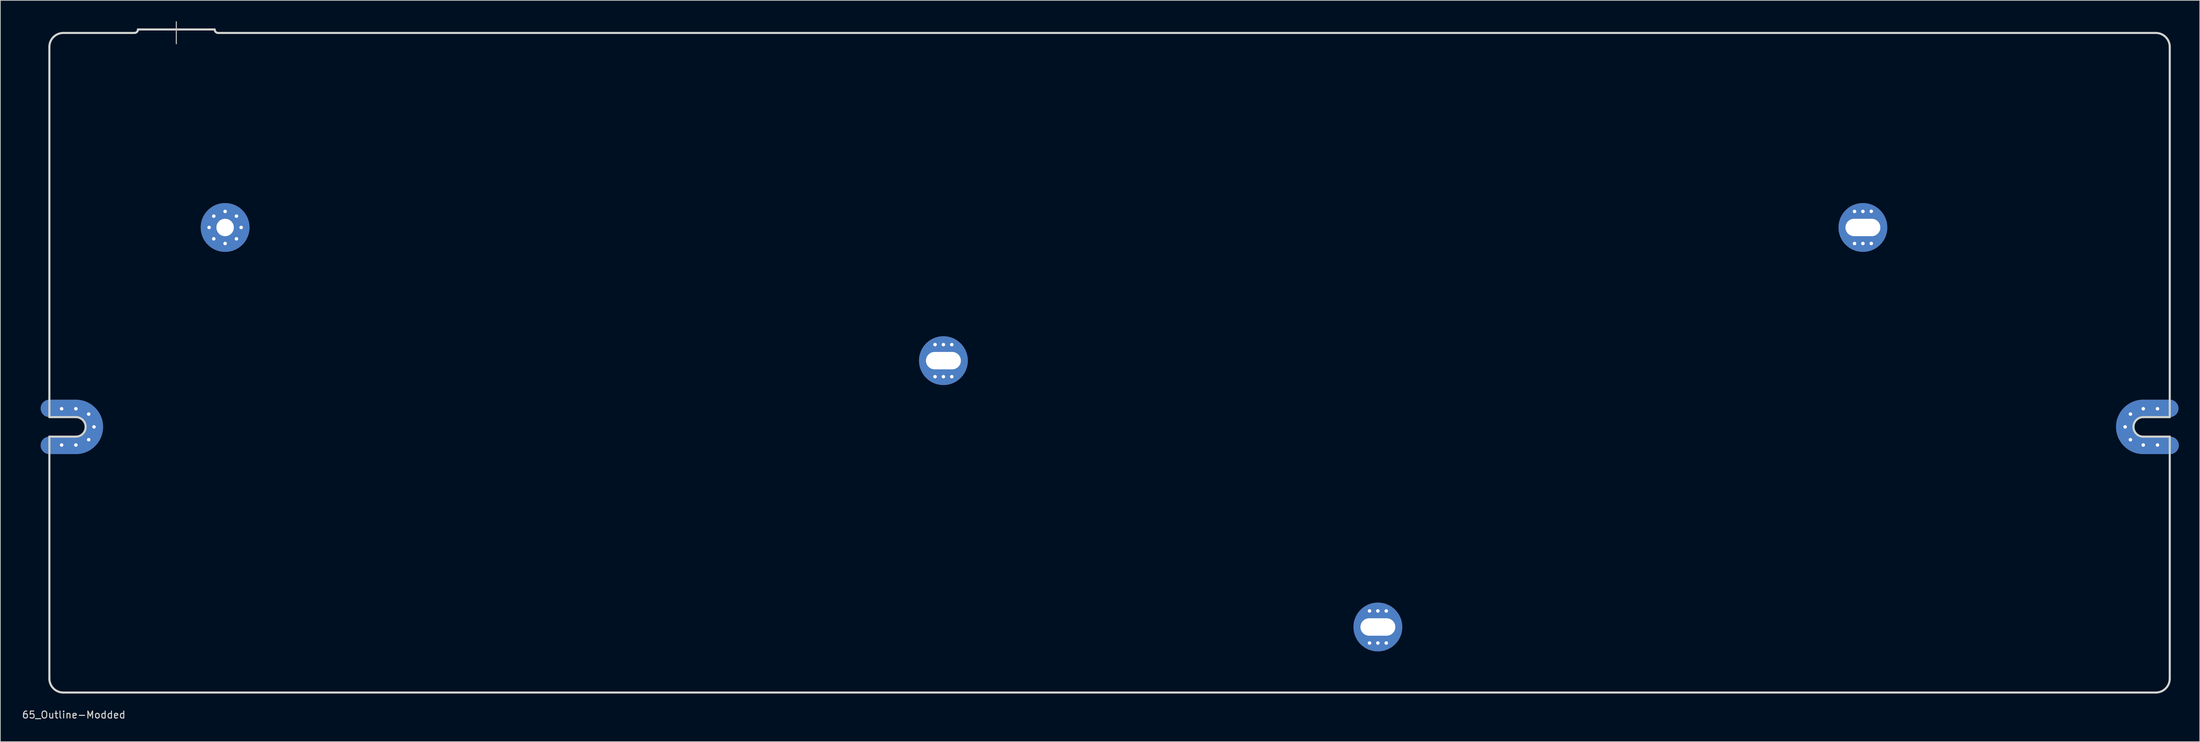
<source format=kicad_pcb>
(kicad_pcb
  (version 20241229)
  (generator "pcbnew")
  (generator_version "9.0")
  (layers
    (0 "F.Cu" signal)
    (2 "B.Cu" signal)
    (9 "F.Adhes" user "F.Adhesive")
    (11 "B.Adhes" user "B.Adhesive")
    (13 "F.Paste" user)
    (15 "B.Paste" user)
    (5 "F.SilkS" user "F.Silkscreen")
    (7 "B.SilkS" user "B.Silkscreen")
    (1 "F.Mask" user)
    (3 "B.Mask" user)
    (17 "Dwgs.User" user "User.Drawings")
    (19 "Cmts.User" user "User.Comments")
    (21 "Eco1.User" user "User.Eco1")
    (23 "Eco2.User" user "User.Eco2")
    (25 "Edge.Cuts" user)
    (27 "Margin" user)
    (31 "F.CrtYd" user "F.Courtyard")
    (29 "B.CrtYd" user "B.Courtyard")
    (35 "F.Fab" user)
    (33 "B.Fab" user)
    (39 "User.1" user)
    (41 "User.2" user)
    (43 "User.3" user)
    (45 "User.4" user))
  (footprint "65_Outline-Modded"
    (layer "F.Cu")
    (at 146.53 48.975)
    (property "Reference" "65_Outline-Modded" (at -139 50.5 0) (layer "Edge.Cuts") (effects (font (size 1 1) (thickness 0.15))))
    (attr through_hole)
    (fp_line (start -142.5 6.549) (end -138.7 6.549) (stroke (width 2.502) (type solid)) (layer "F.Cu"))
    (fp_line (start -142.5 11.851) (end -138.7 11.851) (stroke (width 2.502) (type solid)) (layer "F.Cu"))
    (fp_line (start 157.75 6.549) (end 161.55 6.549) (stroke (width 2.502) (type solid)) (layer "F.Cu"))
    (fp_line (start 157.75 11.851) (end 161.6 11.851) (stroke (width 2.502) (type solid)) (layer "F.Cu"))
    (fp_arc (start -138.7 6.54905) (mid -136.825495 7.325495) (end -136.04905 9.2) (stroke (width 2.5019) (type solid)) (layer "F.Cu"))
    (fp_arc (start -136.04905 9.2) (mid -136.825495 11.074505) (end -138.7 11.85095) (stroke (width 2.5019) (type solid)) (layer "F.Cu"))
    (fp_arc (start 155.09905 9.2) (mid 155.875495 7.325495) (end 157.75 6.54905) (stroke (width 2.5019) (type solid)) (layer "F.Cu"))
    (fp_arc (start 157.75 11.85095) (mid 155.875495 11.074505) (end 155.09905 9.2) (stroke (width 2.5019) (type solid)) (layer "F.Cu"))
    (fp_line (start -142.5 6.549) (end -138.7 6.549) (stroke (width 2.502) (type solid)) (layer "F.Mask"))
    (fp_line (start -142.5 11.851) (end -138.7 11.851) (stroke (width 2.502) (type solid)) (layer "F.Mask"))
    (fp_line (start 157.75 6.549) (end 161.55 6.549) (stroke (width 2.502) (type solid)) (layer "F.Mask"))
    (fp_line (start 157.75 11.851) (end 161.6 11.851) (stroke (width 2.502) (type solid)) (layer "F.Mask"))
    (fp_arc (start -138.7 6.54905) (mid -136.825495 7.325495) (end -136.04905 9.2) (stroke (width 2.5019) (type solid)) (layer "F.Mask"))
    (fp_arc (start -136.04905 9.2) (mid -136.825495 11.074505) (end -138.7 11.85095) (stroke (width 2.5019) (type solid)) (layer "F.Mask"))
    (fp_arc (start 155.09905 9.2) (mid 155.875495 7.325495) (end 157.75 6.54905) (stroke (width 2.5019) (type solid)) (layer "F.Mask"))
    (fp_arc (start 157.75 11.85095) (mid 155.875495 11.074505) (end 155.09905 9.2) (stroke (width 2.5019) (type solid)) (layer "F.Mask"))
    (fp_line (start -142.5 6.549) (end -138.7 6.549) (stroke (width 2.502) (type solid)) (layer "B.Cu"))
    (fp_line (start -142.5 11.851) (end -138.7 11.851) (stroke (width 2.502) (type solid)) (layer "B.Cu"))
    (fp_line (start 157.75 6.549) (end 161.55 6.549) (stroke (width 2.502) (type solid)) (layer "B.Cu"))
    (fp_line (start 157.75 11.851) (end 161.6 11.851) (stroke (width 2.502) (type solid)) (layer "B.Cu"))
    (fp_arc (start -138.7 6.54905) (mid -136.825495 7.325495) (end -136.04905 9.2) (stroke (width 2.5019) (type solid)) (layer "B.Cu"))
    (fp_arc (start -136.04905 9.2) (mid -136.825495 11.074505) (end -138.7 11.85095) (stroke (width 2.5019) (type solid)) (layer "B.Cu"))
    (fp_arc (start 155.09905 9.2) (mid 155.875495 7.325495) (end 157.75 6.54905) (stroke (width 2.5019) (type solid)) (layer "B.Cu"))
    (fp_arc (start 157.75 11.85095) (mid 155.875495 11.074505) (end 155.09905 9.2) (stroke (width 2.5019) (type solid)) (layer "B.Cu"))
    (fp_line (start -142.5 6.549) (end -138.7 6.549) (stroke (width 2.502) (type solid)) (layer "B.Mask"))
    (fp_line (start -142.5 11.851) (end -138.7 11.851) (stroke (width 2.502) (type solid)) (layer "B.Mask"))
    (fp_line (start 157.75 6.549) (end 161.55 6.549) (stroke (width 2.502) (type solid)) (layer "B.Mask"))
    (fp_line (start 157.75 11.851) (end 161.6 11.851) (stroke (width 2.502) (type solid)) (layer "B.Mask"))
    (fp_arc (start -138.7 6.54905) (mid -136.825495 7.325495) (end -136.04905 9.2) (stroke (width 2.5019) (type solid)) (layer "B.Mask"))
    (fp_arc (start -136.04905 9.2) (mid -136.825495 11.074505) (end -138.7 11.85095) (stroke (width 2.5019) (type solid)) (layer "B.Mask"))
    (fp_arc (start 155.09905 9.2) (mid 155.875495 7.325495) (end 157.75 6.54905) (stroke (width 2.5019) (type solid)) (layer "B.Mask"))
    (fp_arc (start 157.75 11.85095) (mid 155.875495 11.074505) (end 155.09905 9.2) (stroke (width 2.5019) (type solid)) (layer "B.Mask"))
    (fp_line (start -124.3 -48.9) (end -124.3 -45.75) (stroke (width 0.15) (type solid)) (layer "Dwgs.User"))
    (fp_line (start -142.5 7.8) (end -142.5 -45.3) (stroke (width 0.3) (type solid)) (layer "Edge.Cuts"))
    (fp_line (start -142.5 10.6) (end -138.7 10.6) (stroke (width 0.3) (type solid)) (layer "Edge.Cuts"))
    (fp_line (start -142.5 45.3) (end -142.5 10.6) (stroke (width 0.3) (type solid)) (layer "Edge.Cuts"))
    (fp_line (start -140.5 -47.3) (end -130.3 -47.3) (stroke (width 0.3) (type solid)) (layer "Edge.Cuts"))
    (fp_line (start -140.5 47.3) (end 159.55 47.3) (stroke (width 0.3) (type solid)) (layer "Edge.Cuts"))
    (fp_line (start -138.7 7.8) (end -142.5 7.8) (stroke (width 0.3) (type solid)) (layer "Edge.Cuts"))
    (fp_line (start -129.8 -47.8) (end -118.8 -47.8) (stroke (width 0.3) (type solid)) (layer "Edge.Cuts"))
    (fp_line (start 157.75 7.8) (end 161.55 7.8) (stroke (width 0.3) (type solid)) (layer "Edge.Cuts"))
    (fp_line (start 157.75 10.6) (end 161.55 10.6) (stroke (width 0.3) (type solid)) (layer "Edge.Cuts"))
    (fp_line (start 159.55 -47.3) (end -118.3 -47.3) (stroke (width 0.3) (type solid)) (layer "Edge.Cuts"))
    (fp_line (start 161.55 7.8) (end 161.55 -45.3) (stroke (width 0.3) (type solid)) (layer "Edge.Cuts"))
    (fp_line (start 161.55 10.6) (end 161.55 45.3) (stroke (width 0.3) (type solid)) (layer "Edge.Cuts"))
    (fp_arc (start -142.5 -45.3) (mid -141.914214 -46.714214) (end -140.5 -47.3) (stroke (width 0.3) (type solid)) (layer "Edge.Cuts"))
    (fp_arc (start -140.5 47.3) (mid -141.914214 46.714214) (end -142.5 45.3) (stroke (width 0.3) (type solid)) (layer "Edge.Cuts"))
    (fp_arc (start -138.7 7.8) (mid -137.710051 8.210051) (end -137.3 9.2) (stroke (width 0.3) (type solid)) (layer "Edge.Cuts"))
    (fp_arc (start -137.3 9.2) (mid -137.710051 10.189949) (end -138.7 10.6) (stroke (width 0.3) (type solid)) (layer "Edge.Cuts"))
    (fp_arc (start -129.8 -47.8) (mid -129.946447 -47.446447) (end -130.3 -47.3) (stroke (width 0.3) (type solid)) (layer "Edge.Cuts"))
    (fp_arc (start -118.3 -47.3) (mid -118.653553 -47.446447) (end -118.8 -47.8) (stroke (width 0.3) (type solid)) (layer "Edge.Cuts"))
    (fp_arc (start 156.35 9.2) (mid 156.760051 8.210051) (end 157.75 7.8) (stroke (width 0.3) (type solid)) (layer "Edge.Cuts"))
    (fp_arc (start 157.75 10.6) (mid 156.760051 10.189949) (end 156.35 9.2) (stroke (width 0.3) (type solid)) (layer "Edge.Cuts"))
    (fp_arc (start 159.55 -47.3) (mid 160.964214 -46.714214) (end 161.55 -45.3) (stroke (width 0.3) (type solid)) (layer "Edge.Cuts"))
    (fp_arc (start 161.55 45.3) (mid 160.964214 46.714214) (end 159.55 47.3) (stroke (width 0.3) (type solid)) (layer "Edge.Cuts"))
    (pad "1" thru_hole circle (at -140.742 6.6) (size 1 1) (drill 0.5) (layers "*.Cu" "*.Mask"))
    (pad "1" thru_hole circle (at -140.742 11.8) (size 1 1) (drill 0.5) (layers "*.Cu" "*.Mask"))
    (pad "1" thru_hole circle (at -138.7 6.6) (size 1 1) (drill 0.5) (layers "*.Cu" "*.Mask"))
    (pad "1" thru_hole circle (at -138.7 11.8) (size 1 1) (drill 0.5) (layers "*.Cu" "*.Mask"))
    (pad "1" thru_hole circle (at -136.862 7.362) (size 1 1) (drill 0.5) (layers "*.Cu" "*.Mask"))
    (pad "1" thru_hole circle (at -136.862 11.038) (size 1 1) (drill 0.5) (layers "*.Cu" "*.Mask"))
    (pad "1" thru_hole circle (at -136.1 9.2) (size 1 1) (drill 0.5) (layers "*.Cu" "*.Mask"))
    (pad "1" thru_hole circle (at -119.6 -19.4) (size 1 1) (drill 0.5) (layers "*.Cu" "*.Mask"))
    (pad "1" thru_hole circle (at -118.926 -21.026) (size 1 1) (drill 0.5) (layers "*.Cu" "*.Mask"))
    (pad "1" thru_hole circle (at -118.926 -17.774) (size 1 1) (drill 0.5) (layers "*.Cu" "*.Mask"))
    (pad "1" thru_hole circle (at -117.3 -21.7) (size 1 1) (drill 0.5) (layers "*.Cu" "*.Mask"))
    (pad "1" thru_hole circle (at -117.3 -19.4) (size 7.001 7.001) (drill 2.499) (layers "*.Cu" "*.Mask"))
    (pad "1" thru_hole circle (at -117.3 -17.1) (size 1 1) (drill 0.5) (layers "*.Cu" "*.Mask"))
    (pad "1" thru_hole circle (at -115.674 -21.026) (size 1 1) (drill 0.5) (layers "*.Cu" "*.Mask"))
    (pad "1" thru_hole circle (at -115.674 -17.774) (size 1 1) (drill 0.5) (layers "*.Cu" "*.Mask"))
    (pad "1" thru_hole circle (at -115 -19.4) (size 1 1) (drill 0.5) (layers "*.Cu" "*.Mask"))
    (pad "1" thru_hole circle (at -15.5 -2.6) (size 1 1) (drill 0.5) (layers "*.Cu" "*.Mask"))
    (pad "1" thru_hole circle (at -15.5 2) (size 1 1) (drill 0.5) (layers "*.Cu" "*.Mask"))
    (pad "1" thru_hole circle (at -14.3 -2.6) (size 1 1) (drill 0.5) (layers "*.Cu" "*.Mask"))
    (pad "1" thru_hole circle (at -14.3 -0.3) (size 7 7) (drill oval 5.001 2.499) (layers "*.Cu" "*.Mask"))
    (pad "1" thru_hole circle (at -14.3 2) (size 1 1) (drill 0.5) (layers "*.Cu" "*.Mask"))
    (pad "1" thru_hole circle (at -13.1 -2.6) (size 1 1) (drill 0.5) (layers "*.Cu" "*.Mask"))
    (pad "1" thru_hole circle (at -13.1 2) (size 1 1) (drill 0.5) (layers "*.Cu" "*.Mask"))
    (pad "1" thru_hole circle (at 46.8 35.6) (size 1 1) (drill 0.5) (layers "*.Cu" "*.Mask"))
    (pad "1" thru_hole circle (at 46.8 40.2) (size 1 1) (drill 0.5) (layers "*.Cu" "*.Mask"))
    (pad "1" thru_hole circle (at 48 35.6) (size 1 1) (drill 0.5) (layers "*.Cu" "*.Mask"))
    (pad "1" thru_hole circle (at 48 37.9) (size 7 7) (drill oval 5.001 2.499) (layers "*.Cu" "*.Mask"))
    (pad "1" thru_hole circle (at 48 40.2) (size 1 1) (drill 0.5) (layers "*.Cu" "*.Mask"))
    (pad "1" thru_hole circle (at 49.2 35.6) (size 1 1) (drill 0.5) (layers "*.Cu" "*.Mask"))
    (pad "1" thru_hole circle (at 49.2 40.2) (size 1 1) (drill 0.5) (layers "*.Cu" "*.Mask"))
    (pad "1" thru_hole circle (at 116.35 -21.7) (size 1 1) (drill 0.5) (layers "*.Cu" "*.Mask"))
    (pad "1" thru_hole circle (at 116.35 -17.1) (size 1 1) (drill 0.5) (layers "*.Cu" "*.Mask"))
    (pad "1" thru_hole circle (at 117.55 -21.7) (size 1 1) (drill 0.5) (layers "*.Cu" "*.Mask"))
    (pad "1" thru_hole circle (at 117.55 -19.4) (size 7 7) (drill oval 5.001 2.499) (layers "*.Cu" "*.Mask"))
    (pad "1" thru_hole circle (at 117.55 -17.1) (size 1 1) (drill 0.5) (layers "*.Cu" "*.Mask"))
    (pad "1" thru_hole circle (at 118.75 -21.717) (size 1 1) (drill 0.5) (layers "*.Cu" "*.Mask"))
    (pad "1" thru_hole circle (at 118.75 -17.1) (size 1 1) (drill 0.5) (layers "*.Cu" "*.Mask"))
    (pad "1" thru_hole circle (at 155.15 9.2) (size 1 1) (drill 0.5) (layers "*.Cu" "*.Mask"))
    (pad "1" thru_hole circle (at 155.912 7.362) (size 1 1) (drill 0.5) (layers "*.Cu" "*.Mask"))
    (pad "1" thru_hole circle (at 155.912 11.038) (size 1 1) (drill 0.5) (layers "*.Cu" "*.Mask"))
    (pad "1" thru_hole circle (at 157.75 6.6) (size 1 1) (drill 0.5) (layers "*.Cu" "*.Mask"))
    (pad "1" thru_hole circle (at 157.75 11.8) (size 1 1) (drill 0.5) (layers "*.Cu" "*.Mask"))
    (pad "1" thru_hole circle (at 159.792 6.6) (size 1 1) (drill 0.5) (layers "*.Cu" "*.Mask"))
    (pad "1" thru_hole circle (at 159.792 11.8) (size 1 1) (drill 0.5) (layers "*.Cu" "*.Mask")))
  (gr_rect
    (start -3 -3)
    (end 312.381 103.323)
    (stroke (width 0.1) (type default))
    (fill no)
    (layer "Edge.Cuts")))
</source>
